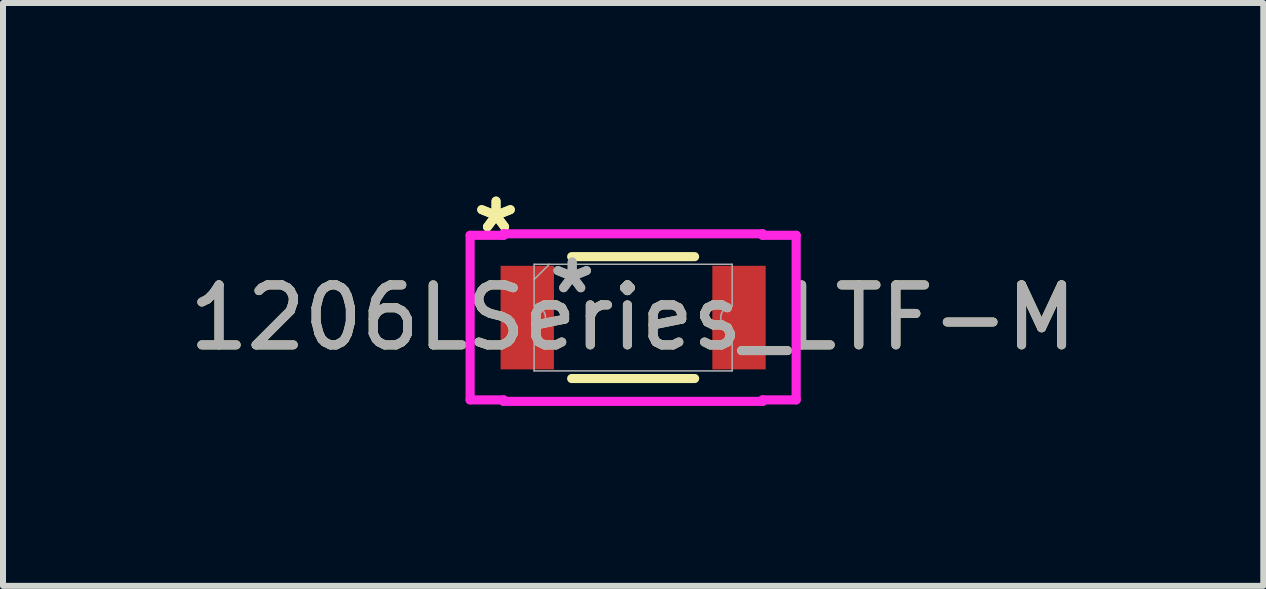
<source format=kicad_pcb>
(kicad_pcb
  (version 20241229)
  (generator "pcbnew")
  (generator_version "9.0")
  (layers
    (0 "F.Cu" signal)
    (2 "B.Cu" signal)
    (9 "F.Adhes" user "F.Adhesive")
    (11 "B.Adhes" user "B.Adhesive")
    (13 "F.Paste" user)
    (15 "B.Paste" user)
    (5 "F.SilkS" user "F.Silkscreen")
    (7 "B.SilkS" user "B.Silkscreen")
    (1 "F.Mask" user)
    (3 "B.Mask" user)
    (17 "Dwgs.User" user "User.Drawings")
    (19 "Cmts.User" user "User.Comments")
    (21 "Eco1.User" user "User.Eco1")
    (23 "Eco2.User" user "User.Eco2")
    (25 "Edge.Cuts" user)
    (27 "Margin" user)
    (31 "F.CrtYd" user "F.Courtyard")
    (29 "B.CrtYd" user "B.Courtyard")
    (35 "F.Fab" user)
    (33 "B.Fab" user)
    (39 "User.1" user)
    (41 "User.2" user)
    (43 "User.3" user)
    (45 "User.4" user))
  (footprint "1206LSeries_LTF-M"
    (layer "F.Cu")
    (at 7.506 2.245)
    (property "Reference" "1206LSeries_LTF-M" (at 0 0 0) (unlocked yes) (layer "F.SilkS") (effects (font (size 1 1) (thickness 0.15))))
    (attr smd)
    (fp_line (start -1.025 -1.016) (end 1.025 -1.016) (stroke (width 0.152) (type solid)) (layer "F.SilkS"))
    (fp_line (start -1.025 1.016) (end 1.025 1.016) (stroke (width 0.152) (type solid)) (layer "F.SilkS"))
    (fp_line (start -2.718 -1.372) (end -2.159 -1.372) (stroke (width 0.152) (type solid)) (layer "F.CrtYd"))
    (fp_line (start -2.718 1.372) (end -2.718 -1.372) (stroke (width 0.152) (type solid)) (layer "F.CrtYd"))
    (fp_line (start -2.718 1.372) (end -2.159 1.372) (stroke (width 0.152) (type solid)) (layer "F.CrtYd"))
    (fp_line (start -2.159 -1.397) (end 2.159 -1.397) (stroke (width 0.152) (type solid)) (layer "F.CrtYd"))
    (fp_line (start -2.159 -1.372) (end -2.159 -1.397) (stroke (width 0.152) (type solid)) (layer "F.CrtYd"))
    (fp_line (start -2.159 1.397) (end -2.159 1.372) (stroke (width 0.152) (type solid)) (layer "F.CrtYd"))
    (fp_line (start 2.159 -1.397) (end 2.159 -1.372) (stroke (width 0.152) (type solid)) (layer "F.CrtYd"))
    (fp_line (start 2.159 1.372) (end 2.159 1.397) (stroke (width 0.152) (type solid)) (layer "F.CrtYd"))
    (fp_line (start 2.159 1.397) (end -2.159 1.397) (stroke (width 0.152) (type solid)) (layer "F.CrtYd"))
    (fp_line (start 2.718 -1.372) (end 2.159 -1.372) (stroke (width 0.152) (type solid)) (layer "F.CrtYd"))
    (fp_line (start 2.718 -1.372) (end 2.718 1.372) (stroke (width 0.152) (type solid)) (layer "F.CrtYd"))
    (fp_line (start 2.718 1.372) (end 2.159 1.372) (stroke (width 0.152) (type solid)) (layer "F.CrtYd"))
    (fp_line (start -1.651 -0.889) (end 1.651 -0.889) (stroke (width 0.025) (type solid)) (layer "F.Fab"))
    (fp_line (start -1.651 -0.191) (end -1.651 -0.889) (stroke (width 0.025) (type solid)) (layer "F.Fab"))
    (fp_line (start -1.651 0.191) (end -1.651 0.889) (stroke (width 0.025) (type solid)) (layer "F.Fab"))
    (fp_line (start -1.651 0.889) (end 1.651 0.889) (stroke (width 0.025) (type solid)) (layer "F.Fab"))
    (fp_line (start -1.397 -0.889) (end -1.651 -0.635) (stroke (width 0.025) (type solid)) (layer "F.Fab"))
    (fp_line (start 1.651 -0.191) (end 1.651 -0.889) (stroke (width 0.025) (type solid)) (layer "F.Fab"))
    (fp_line (start 1.651 0.191) (end 1.651 0.889) (stroke (width 0.025) (type solid)) (layer "F.Fab"))
    (fp_arc (start -1.651 -0.1905) (mid -1.4605 0) (end -1.651 0.1905) (stroke (width 0.0254) (type solid)) (layer "F.Fab"))
    (fp_arc (start 1.651 0.1905) (mid 1.4605 0) (end 1.651 -0.1905) (stroke (width 0.0254) (type solid)) (layer "F.Fab"))
    (fp_text user "*" (at -2.286 -1.397 0) (layer "F.SilkS") (effects (font (size 1 1) (thickness 0.15))))
    (fp_text user "*" (at -2.286 -1.397 0) (unlocked yes) (layer "F.SilkS") (effects (font (size 1 1) (thickness 0.15))))
    (fp_text user "*" (at -1.016 -0.381 0) (unlocked yes) (layer "F.Fab") (effects (font (size 1 1) (thickness 0.15))))
    (fp_text user "*" (at -1.016 -0.381 0) (layer "F.Fab") (effects (font (size 1 1) (thickness 0.15))))
    (fp_text user "${REFERENCE}" (at 0 0 0) (unlocked yes) (layer "F.Fab") (effects (font (size 1 1) (thickness 0.15))))
    (pad "1" smd rect (at -1.765 0) (size 0.889 1.727) (layers "F.Cu" "F.Mask" "F.Paste"))
    (pad "2" smd rect (at 1.765 0) (size 0.889 1.727) (layers "F.Cu" "F.Mask" "F.Paste")))
  (gr_rect
    (start -3 -3)
    (end 18.012 6.718)
    (stroke (width 0.1) (type default))
    (fill no)
    (layer "Edge.Cuts")))
</source>
